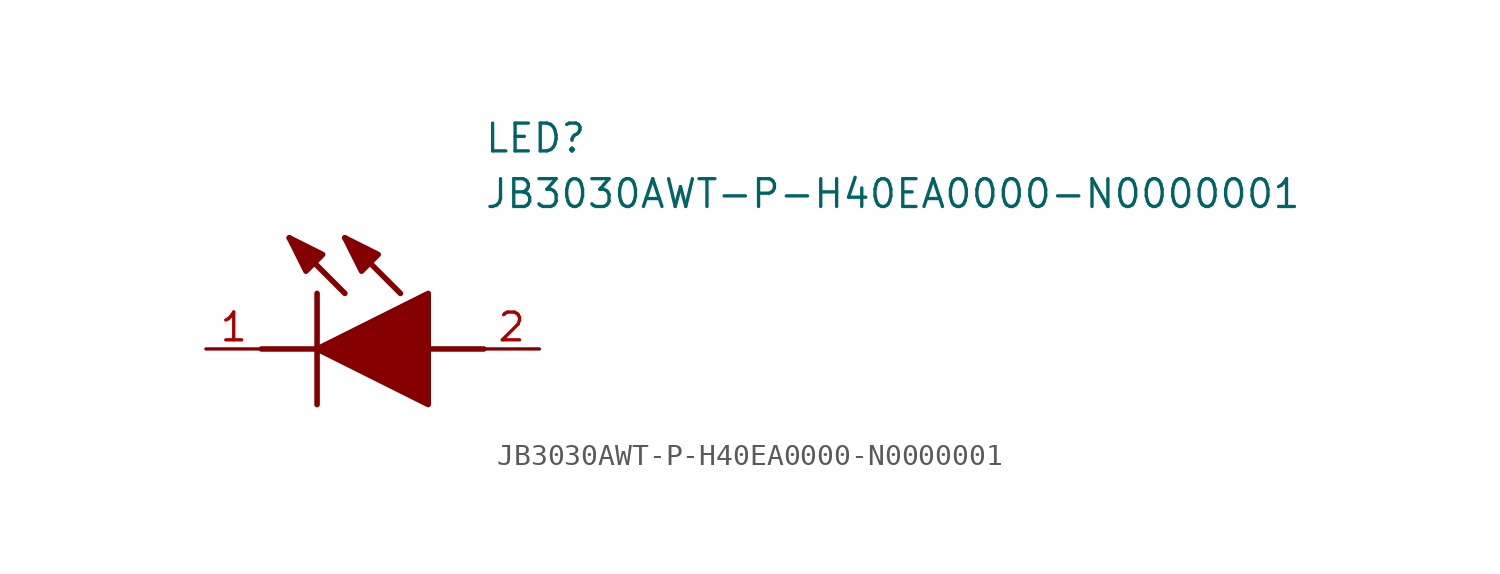
<source format=kicad_sym>
(kicad_symbol_lib
  (version 20211014)
  (generator SamacSys_ECAD_Model)
  (symbol "JB3030AWT-P-H40EA0000-N0000001"
    (pin_names hide)
    (property "Reference" "LED"
      (at 12.7 8.89 0)
      (effects (font (size 1.27 1.27)) (justify left bottom)))
    (property "Value" "JB3030AWT-P-H40EA0000-N0000001"
      (at 12.7 6.35 0)
      (effects (font (size 1.27 1.27)) (justify left bottom)))
    (polyline
      (pts (xy 5.08 2.54) (xy 5.08 -2.54))
      (stroke (width 0.254) (type default))
      (fill (type none)))
    (polyline
      (pts (xy 6.35 2.54) (xy 3.81 5.08))
      (stroke (width 0.254) (type default))
      (fill (type none)))
    (polyline
      (pts (xy 8.89 2.54) (xy 6.35 5.08))
      (stroke (width 0.254) (type default))
      (fill (type none)))
    (polyline
      (pts (xy 2.54 0) (xy 5.08 0))
      (stroke (width 0.254) (type default))
      (fill (type none)))
    (polyline
      (pts (xy 10.16 0) (xy 12.7 0))
      (stroke (width 0.254) (type default))
      (fill (type none)))
    (polyline
      (pts (xy 5.08 0) (xy 10.16 2.54) (xy 10.16 -2.54) (xy 5.08 0))
      (stroke (width 0.254) (type default))
      (fill (type outline)))
    (polyline
      (pts (xy 5.334 4.318) (xy 4.572 3.556) (xy 3.81 5.08) (xy 5.334 4.318))
      (stroke (width 0.254) (type default))
      (fill (type outline)))
    (polyline
      (pts (xy 7.874 4.318) (xy 7.112 3.556) (xy 6.35 5.08) (xy 7.874 4.318))
      (stroke (width 0.254) (type default))
      (fill (type outline)))
    (pin passive line
      (at 0 0 0)
      (length 2.54)
      (name "K" (effects (font (size 1.27 1.27))))
      (number "1" (effects (font (size 1.27 1.27)))))
    (pin passive line
      (at 15.24 0 180)
      (length 2.54)
      (name "A" (effects (font (size 1.27 1.27))))
      (number "2" (effects (font (size 1.27 1.27)))))))
</source>
